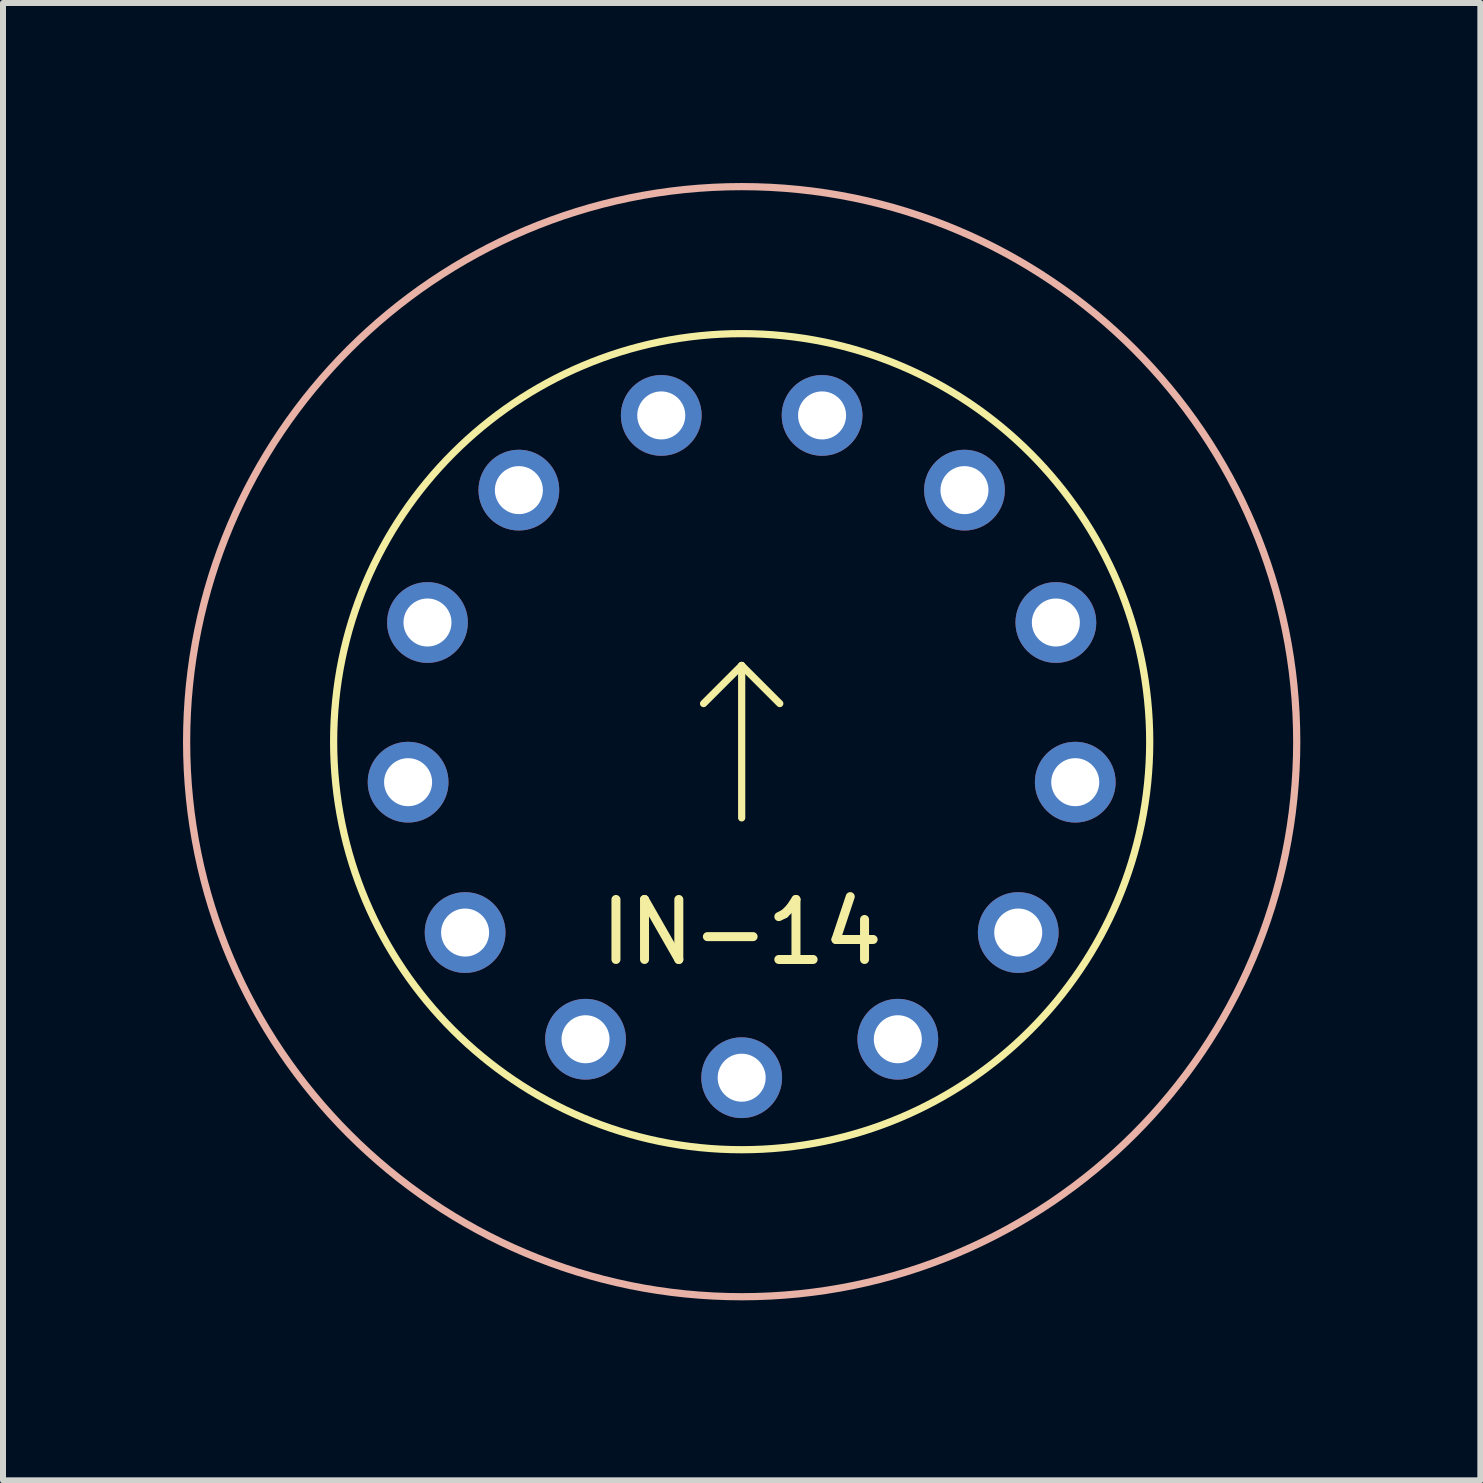
<source format=kicad_pcb>
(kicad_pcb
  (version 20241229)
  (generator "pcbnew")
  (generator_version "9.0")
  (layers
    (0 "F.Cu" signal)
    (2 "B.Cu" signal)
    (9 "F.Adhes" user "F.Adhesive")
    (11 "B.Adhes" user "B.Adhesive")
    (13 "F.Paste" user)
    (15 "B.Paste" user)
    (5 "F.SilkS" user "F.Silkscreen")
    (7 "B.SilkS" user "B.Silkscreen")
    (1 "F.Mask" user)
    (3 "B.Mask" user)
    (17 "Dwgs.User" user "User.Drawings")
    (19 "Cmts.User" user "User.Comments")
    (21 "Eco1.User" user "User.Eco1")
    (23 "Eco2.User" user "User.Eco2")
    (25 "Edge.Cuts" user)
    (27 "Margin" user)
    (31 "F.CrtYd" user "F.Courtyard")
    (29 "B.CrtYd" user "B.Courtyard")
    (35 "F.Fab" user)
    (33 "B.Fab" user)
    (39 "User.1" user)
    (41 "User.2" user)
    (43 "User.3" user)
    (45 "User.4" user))
  (footprint "IN-14"
    (layer "F.Cu")
    (at 9.31 9.31)
    (property "Reference" "IN-14" (at 0 3.175 0) (layer "F.SilkS") (effects (font (size 1 1) (thickness 0.15))))
    (attr through_hole)
    (fp_line (start 0 -1.27) (end -0.635 -0.635) (stroke (width 0.12) (type solid)) (layer "F.SilkS"))
    (fp_line (start 0 -1.27) (end 0.635 -0.635) (stroke (width 0.12) (type solid)) (layer "F.SilkS"))
    (fp_line (start 0 1.27) (end 0 -1.27) (stroke (width 0.12) (type solid)) (layer "F.SilkS"))
    (fp_circle (center 0 0) (end 6.8 0) (stroke (width 0.12) (type solid)) (fill no) (layer "F.SilkS"))
    (fp_circle (center 0 0) (end 9.25 0) (stroke (width 0.12) (type solid)) (fill no) (layer "B.SilkS"))
    (pad "0" thru_hole circle (at 4.609 3.181) (size 1.346 1.346) (drill 0.8) (layers "*.Cu" "*.Mask"))
    (pad "1" thru_hole circle (at -4.609 3.181) (size 1.346 1.346) (drill 0.8) (layers "*.Cu" "*.Mask"))
    (pad "2" thru_hole circle (at -5.559 0.675) (size 1.346 1.346) (drill 0.8) (layers "*.Cu" "*.Mask"))
    (pad "3" thru_hole circle (at -5.236 -1.986) (size 1.346 1.346) (drill 0.8) (layers "*.Cu" "*.Mask"))
    (pad "4" thru_hole circle (at -3.713 -4.192) (size 1.346 1.346) (drill 0.8) (layers "*.Cu" "*.Mask"))
    (pad "5" thru_hole circle (at -1.34 -5.437) (size 1.346 1.346) (drill 0.8) (layers "*.Cu" "*.Mask"))
    (pad "6" thru_hole circle (at 1.34 -5.437) (size 1.346 1.346) (drill 0.8) (layers "*.Cu" "*.Mask"))
    (pad "7" thru_hole circle (at 3.713 -4.192) (size 1.346 1.346) (drill 0.8) (layers "*.Cu" "*.Mask"))
    (pad "8" thru_hole circle (at 5.236 -1.986) (size 1.346 1.346) (drill 0.8) (layers "*.Cu" "*.Mask"))
    (pad "9" thru_hole circle (at 5.559 0.675) (size 1.346 1.346) (drill 0.8) (layers "*.Cu" "*.Mask"))
    (pad "A" thru_hole circle (at 0 5.6) (size 1.346 1.346) (drill 0.8) (layers "*.Cu" "*.Mask"))
    (pad "LHDP" thru_hole circle (at -2.602 4.959) (size 1.346 1.346) (drill 0.8) (layers "*.Cu" "*.Mask"))
    (pad "RHDP" thru_hole circle (at 2.602 4.959) (size 1.346 1.346) (drill 0.8) (layers "*.Cu" "*.Mask")))
  (gr_rect
    (start -3 -3)
    (end 21.62 21.62)
    (stroke (width 0.1) (type default))
    (fill no)
    (layer "Edge.Cuts")))
</source>
